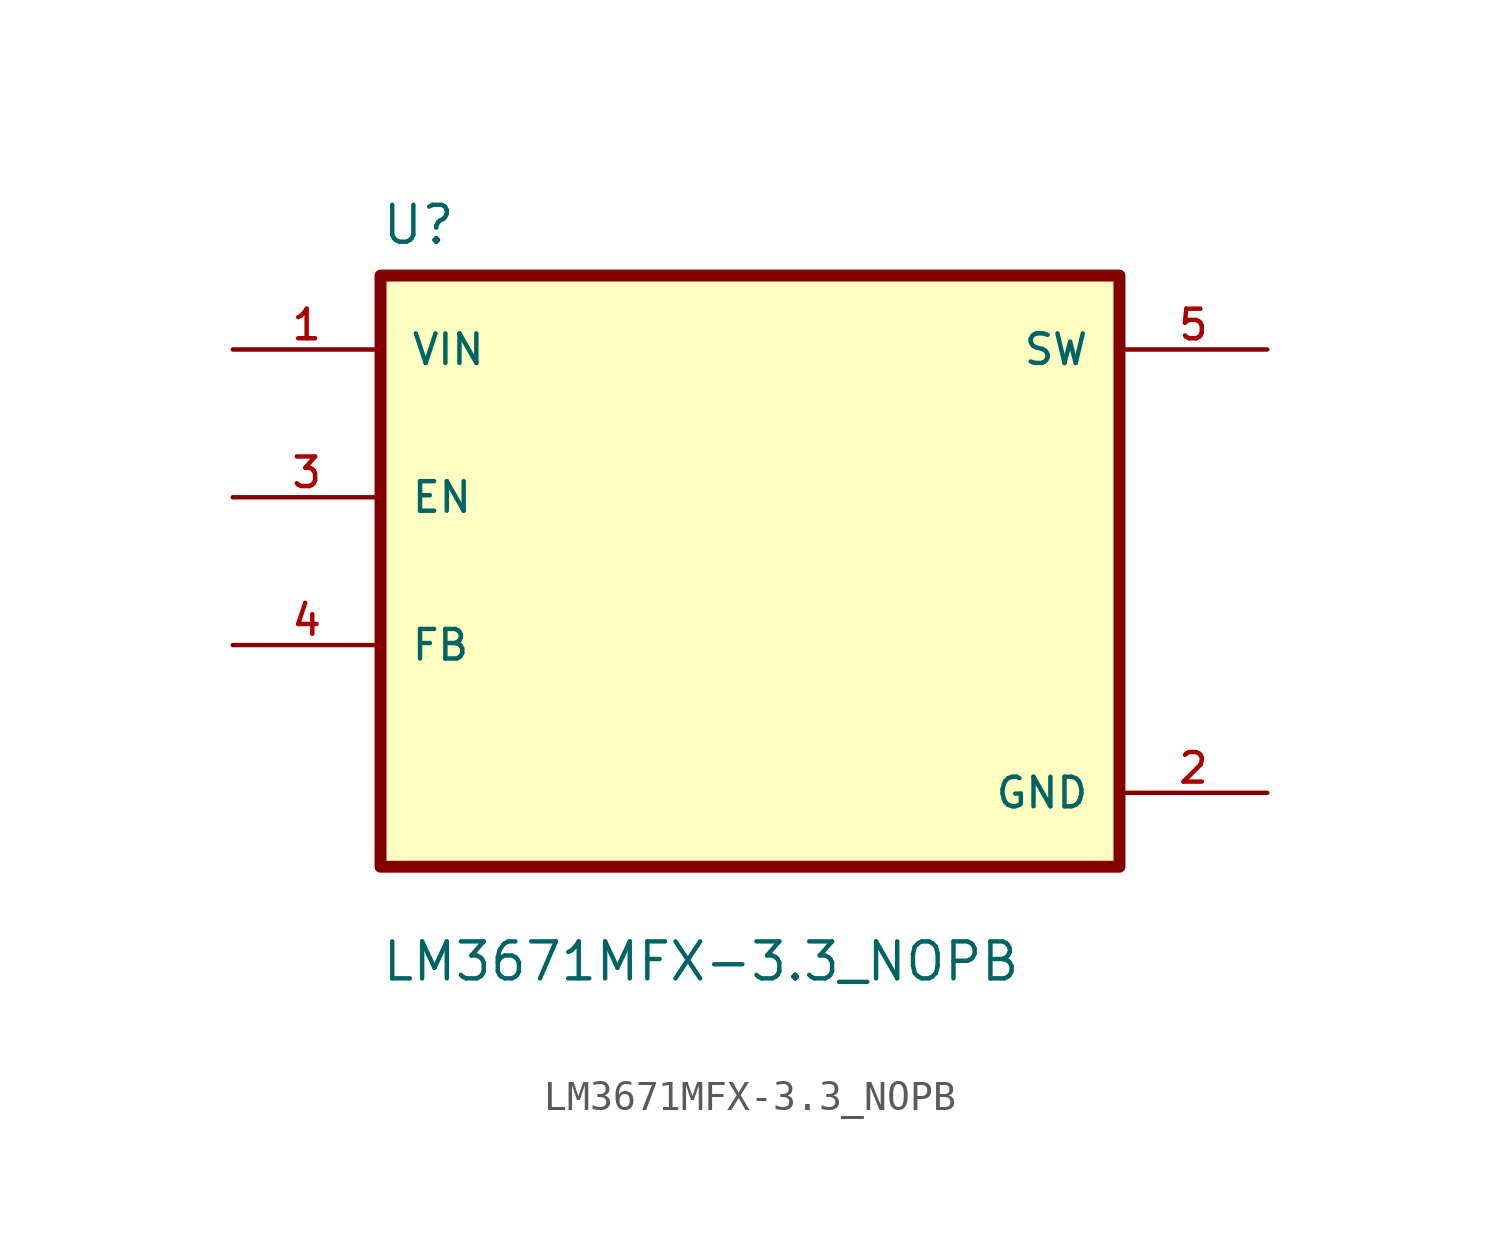
<source format=kicad_sym>
(kicad_symbol_lib
  (version 20241209)
  (generator "kicad_symbol_editor")
  (generator_version "9.0")
  (symbol "LM3671MFX-3.3_NOPB"
    (pin_names
      (offset 1.016))
    (property "Reference" "U"
      (at -12.7 11.16 0)
      (effects (font (size 1.27 1.27)) (justify left bottom)))
    (property "Value" "LM3671MFX-3.3_NOPB"
      (at -12.7 -14.16 0)
      (effects (font (size 1.27 1.27)) (justify left bottom)))
    (symbol "LM3671MFX-3.3_NOPB_0_0"
      (rectangle (start -12.7 -10.16) (end 12.7 10.16) (stroke (width 0.41) (type default)) (fill (type background)))
      (pin input line (at -17.78 7.62 0) (length 5.08) (name "VIN" (effects (font (size 1.016 1.016)))) (number "1" (effects (font (size 1.016 1.016)))))
      (pin bidirectional line (at -17.78 2.54 0) (length 5.08) (name "EN" (effects (font (size 1.016 1.016)))) (number "3" (effects (font (size 1.016 1.016)))))
      (pin bidirectional line (at -17.78 -2.54 0) (length 5.08) (name "FB" (effects (font (size 1.016 1.016)))) (number "4" (effects (font (size 1.016 1.016)))))
      (pin output line (at 17.78 7.62 180) (length 5.08) (name "SW" (effects (font (size 1.016 1.016)))) (number "5" (effects (font (size 1.016 1.016)))))
      (pin power_in line (at 17.78 -7.62 180) (length 5.08) (name "GND" (effects (font (size 1.016 1.016)))) (number "2" (effects (font (size 1.016 1.016))))))))
</source>
